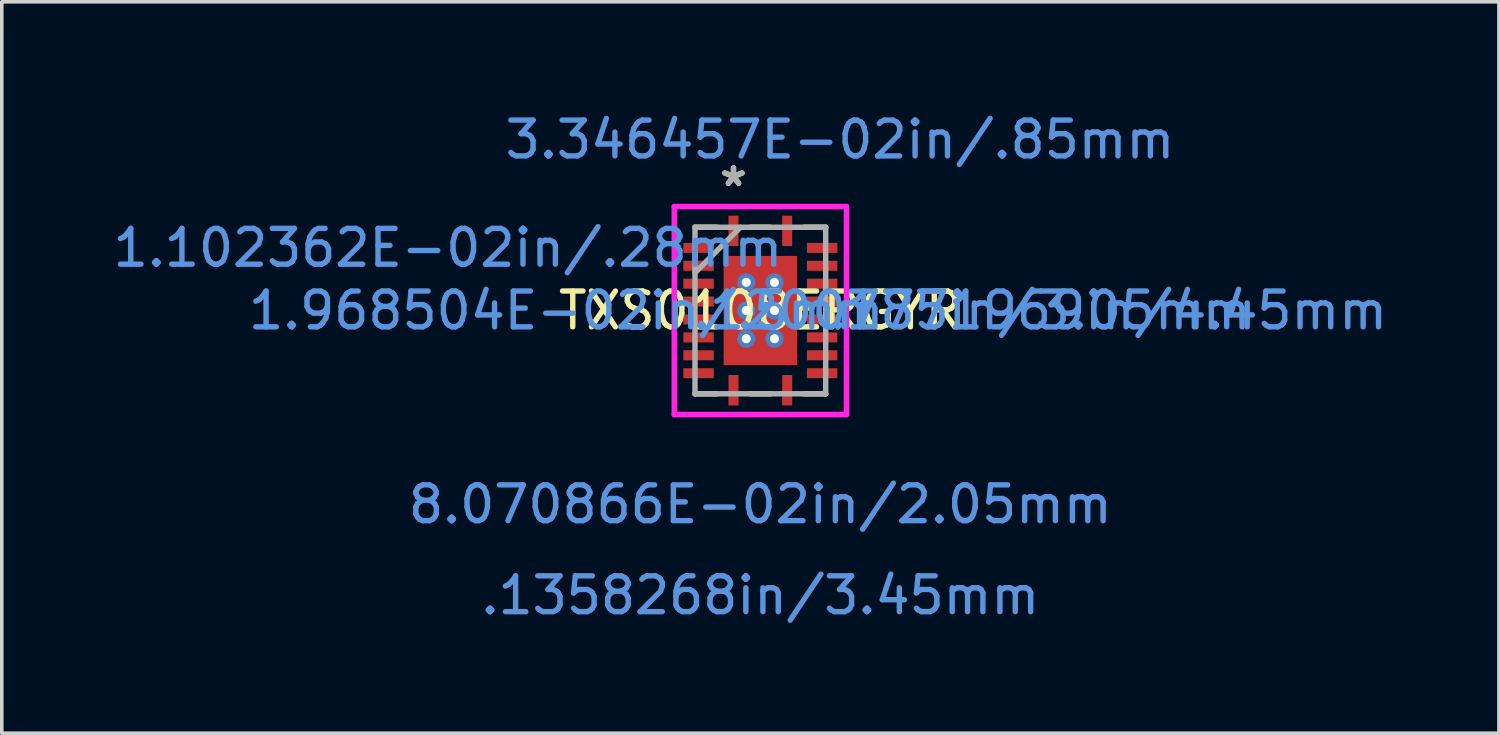
<source format=kicad_pcb>
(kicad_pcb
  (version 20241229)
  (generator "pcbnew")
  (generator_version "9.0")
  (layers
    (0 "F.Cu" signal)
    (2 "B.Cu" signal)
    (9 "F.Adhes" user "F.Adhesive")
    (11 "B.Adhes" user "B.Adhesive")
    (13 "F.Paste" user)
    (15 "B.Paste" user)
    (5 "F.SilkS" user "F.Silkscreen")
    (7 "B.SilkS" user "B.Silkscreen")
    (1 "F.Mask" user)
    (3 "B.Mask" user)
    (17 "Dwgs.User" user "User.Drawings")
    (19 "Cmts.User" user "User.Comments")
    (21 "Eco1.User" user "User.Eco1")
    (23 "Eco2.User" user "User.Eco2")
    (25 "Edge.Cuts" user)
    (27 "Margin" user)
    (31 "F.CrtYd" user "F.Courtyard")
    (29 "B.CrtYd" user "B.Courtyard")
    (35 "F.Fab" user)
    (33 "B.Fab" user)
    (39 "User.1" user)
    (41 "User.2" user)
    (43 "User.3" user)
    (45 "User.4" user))
  (footprint "TXS0108ERGYR"
    (layer "F.Cu")
    (at 18.181 5.621)
    (property "Reference" "TXS0108ERGYR" (at 0 0 0) (layer "F.SilkS") (effects (font (size 1 1) (thickness 0.15))))
    (attr through_hole)
    (fp_line (start -1.825 2.325) (end -1.223 2.325) (stroke (width 0.152) (type solid)) (layer "F.SilkS"))
    (fp_line (start -1.223 -2.325) (end -1.825 -2.325) (stroke (width 0.152) (type solid)) (layer "F.SilkS"))
    (fp_line (start -0.277 2.325) (end 0.277 2.325) (stroke (width 0.152) (type solid)) (layer "F.SilkS"))
    (fp_line (start 0.277 -2.325) (end -0.277 -2.325) (stroke (width 0.152) (type solid)) (layer "F.SilkS"))
    (fp_line (start 1.223 2.325) (end 1.825 2.325) (stroke (width 0.152) (type solid)) (layer "F.SilkS"))
    (fp_line (start 1.825 -2.325) (end 1.223 -2.325) (stroke (width 0.152) (type solid)) (layer "F.SilkS"))
    (fp_line (start -2.404 -2.904) (end 2.404 -2.904) (stroke (width 0.152) (type solid)) (layer "F.CrtYd"))
    (fp_line (start -2.404 2.904) (end -2.404 -2.904) (stroke (width 0.152) (type solid)) (layer "F.CrtYd"))
    (fp_line (start 2.404 -2.904) (end 2.404 2.904) (stroke (width 0.152) (type solid)) (layer "F.CrtYd"))
    (fp_line (start 2.404 2.904) (end -2.404 2.904) (stroke (width 0.152) (type solid)) (layer "F.CrtYd"))
    (fp_line (start -1.825 -2.325) (end -1.825 2.325) (stroke (width 0.152) (type solid)) (layer "F.Fab"))
    (fp_line (start -1.825 -1.055) (end -0.555 -2.325) (stroke (width 0.152) (type solid)) (layer "F.Fab"))
    (fp_line (start -1.825 2.325) (end 1.825 2.325) (stroke (width 0.152) (type solid)) (layer "F.Fab"))
    (fp_line (start 1.825 -2.325) (end -1.825 -2.325) (stroke (width 0.152) (type solid)) (layer "F.Fab"))
    (fp_line (start 1.825 2.325) (end 1.825 -2.325) (stroke (width 0.152) (type solid)) (layer "F.Fab"))
    (fp_text user "*" (at -0.75 -3.437 0) (layer "F.SilkS") (effects (font (size 1 1) (thickness 0.15))))
    (fp_text user ".1751969in/4.45mm" (at 9.713 0 0) (layer "Cmts.User") (effects (font (size 1 1) (thickness 0.15))))
    (fp_text user ".1358268in/3.45mm" (at 0 7.953 0) (layer "Cmts.User") (effects (font (size 1 1) (thickness 0.15))))
    (fp_text user "1.102362E-02in/.28mm" (at -8.723 -1.75 0) (layer "Cmts.User") (effects (font (size 1 1) (thickness 0.15))))
    (fp_text user "3.346457E-02in/.85mm" (at 2.225 -4.773 0) (layer "Cmts.User") (effects (font (size 1 1) (thickness 0.15))))
    (fp_text user ".1200787in/3.05mm" (at 5.903 0 0) (layer "Cmts.User") (effects (font (size 1 1) (thickness 0.15))))
    (fp_text user "1.968504E-02in/.5mm" (at -5.421 0 0) (layer "Cmts.User") (effects (font (size 1 1) (thickness 0.15))))
    (fp_text user "Copyright 2016 Accelerated Designs. All rights reserved." (at 0 0 0) (layer "Cmts.User") (effects (font (size 0.127 0.127) (thickness 0.002))))
    (fp_text user "8.070866E-02in/2.05mm" (at 0 5.413 0) (layer "Cmts.User") (effects (font (size 1 1) (thickness 0.15))))
    (fp_text user "*" (at -0.75 -3.437 0) (layer "F.Fab") (effects (font (size 1 1) (thickness 0.15))))
    (pad "1" smd rect (at -0.75 -2.225) (size 0.28 0.85) (layers "F.Cu" "F.Mask" "F.Paste"))
    (pad "2" smd rect (at -1.725 -1.75 90) (size 0.28 0.85) (layers "F.Cu" "F.Mask" "F.Paste"))
    (pad "3" smd rect (at -1.725 -1.25 90) (size 0.28 0.85) (layers "F.Cu" "F.Mask" "F.Paste"))
    (pad "4" smd rect (at -1.725 -0.75 90) (size 0.28 0.85) (layers "F.Cu" "F.Mask" "F.Paste"))
    (pad "5" smd rect (at -1.725 -0.25 90) (size 0.28 0.85) (layers "F.Cu" "F.Mask" "F.Paste"))
    (pad "6" smd rect (at -1.725 0.25 90) (size 0.28 0.85) (layers "F.Cu" "F.Mask" "F.Paste"))
    (pad "7" smd rect (at -1.725 0.75 90) (size 0.28 0.85) (layers "F.Cu" "F.Mask" "F.Paste"))
    (pad "8" smd rect (at -1.725 1.25 90) (size 0.28 0.85) (layers "F.Cu" "F.Mask" "F.Paste"))
    (pad "9" smd rect (at -1.725 1.75 90) (size 0.28 0.85) (layers "F.Cu" "F.Mask" "F.Paste"))
    (pad "10" smd rect (at -0.75 2.225) (size 0.28 0.85) (layers "F.Cu" "F.Mask" "F.Paste"))
    (pad "11" smd rect (at 0.75 2.225) (size 0.28 0.85) (layers "F.Cu" "F.Mask" "F.Paste"))
    (pad "12" smd rect (at 1.725 1.75 90) (size 0.28 0.85) (layers "F.Cu" "F.Mask" "F.Paste"))
    (pad "13" smd rect (at 1.725 1.25 90) (size 0.28 0.85) (layers "F.Cu" "F.Mask" "F.Paste"))
    (pad "14" smd rect (at 1.725 0.75 90) (size 0.28 0.85) (layers "F.Cu" "F.Mask" "F.Paste"))
    (pad "15" smd rect (at 1.725 0.25 90) (size 0.28 0.85) (layers "F.Cu" "F.Mask" "F.Paste"))
    (pad "16" smd rect (at 1.725 -0.25 90) (size 0.28 0.85) (layers "F.Cu" "F.Mask" "F.Paste"))
    (pad "17" smd rect (at 1.725 -0.75 90) (size 0.28 0.85) (layers "F.Cu" "F.Mask" "F.Paste"))
    (pad "18" smd rect (at 1.725 -1.25 90) (size 0.28 0.85) (layers "F.Cu" "F.Mask" "F.Paste"))
    (pad "19" smd rect (at 1.725 -1.75 90) (size 0.28 0.85) (layers "F.Cu" "F.Mask" "F.Paste"))
    (pad "20" smd rect (at 0.75 -2.225) (size 0.28 0.85) (layers "F.Cu" "F.Mask" "F.Paste"))
    (pad "21" smd rect (at 0 0) (size 2.05 3.05) (layers "F.Cu" "F.Mask" "F.Paste"))
    (pad "V" thru_hole circle (at -0.394 -0.787) (size 0.508 0.508) (drill 0.254) (layers "*.Cu" "*.Mask"))
    (pad "V" thru_hole circle (at -0.394 0) (size 0.508 0.508) (drill 0.254) (layers "*.Cu" "*.Mask"))
    (pad "V" thru_hole circle (at -0.394 0.787) (size 0.508 0.508) (drill 0.254) (layers "*.Cu" "*.Mask"))
    (pad "V" thru_hole circle (at 0.394 -0.787) (size 0.508 0.508) (drill 0.254) (layers "*.Cu" "*.Mask"))
    (pad "V" thru_hole circle (at 0.394 0) (size 0.508 0.508) (drill 0.254) (layers "*.Cu" "*.Mask"))
    (pad "V" thru_hole circle (at 0.394 0.787) (size 0.508 0.508) (drill 0.254) (layers "*.Cu" "*.Mask")))
  (gr_rect
    (start -3 -3)
    (end 38.805 17.423)
    (stroke (width 0.1) (type default))
    (fill no)
    (layer "Edge.Cuts")))
</source>
